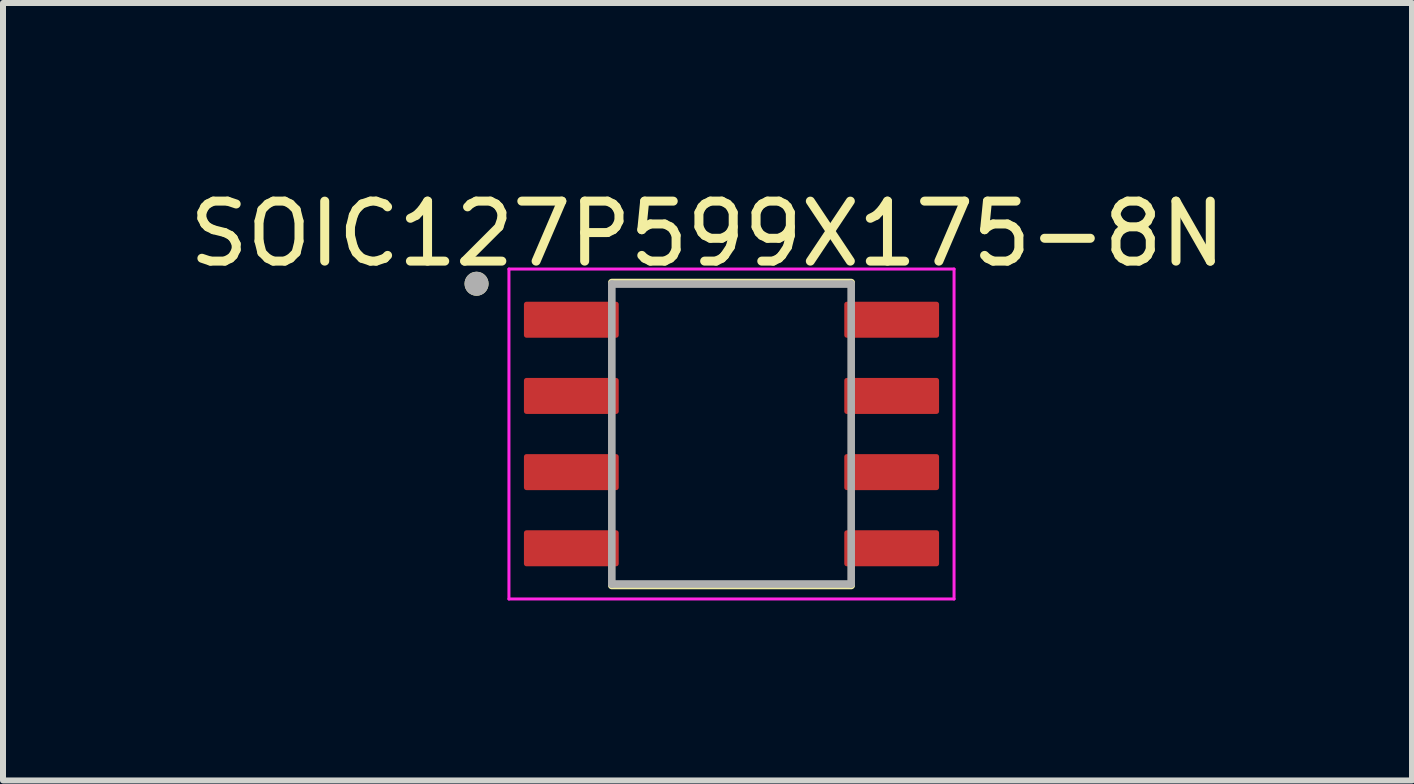
<source format=kicad_pcb>
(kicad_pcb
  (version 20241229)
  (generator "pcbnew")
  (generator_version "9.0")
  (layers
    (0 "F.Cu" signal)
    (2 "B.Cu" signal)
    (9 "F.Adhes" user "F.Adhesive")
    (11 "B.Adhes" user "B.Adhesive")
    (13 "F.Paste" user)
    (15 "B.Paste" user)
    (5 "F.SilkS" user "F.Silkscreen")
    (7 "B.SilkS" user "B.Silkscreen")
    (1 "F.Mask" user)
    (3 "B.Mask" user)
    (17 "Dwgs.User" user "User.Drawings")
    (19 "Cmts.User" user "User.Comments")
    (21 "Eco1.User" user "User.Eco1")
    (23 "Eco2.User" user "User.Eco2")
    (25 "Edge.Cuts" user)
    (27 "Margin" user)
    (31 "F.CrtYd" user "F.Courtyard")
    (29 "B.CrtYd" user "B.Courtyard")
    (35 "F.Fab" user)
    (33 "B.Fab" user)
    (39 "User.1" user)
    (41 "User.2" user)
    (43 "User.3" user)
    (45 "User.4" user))
  (footprint "SOIC127P599X175-8N"
    (layer "F.Cu")
    (at 9.144 4.185)
    (property "Reference" "SOIC127P599X175-8N" (at -0.4 -3.337 0) (layer "F.SilkS") (effects (font (size 1 1) (thickness 0.15))))
    (attr through_hole)
    (fp_line (start -1.995 -2.525) (end 1.995 -2.525) (stroke (width 0.127) (type solid)) (layer "F.SilkS"))
    (fp_line (start -1.995 2.525) (end 1.995 2.525) (stroke (width 0.127) (type solid)) (layer "F.SilkS"))
    (fp_circle (center -4.25 -2.505) (end -4.15 -2.505) (stroke (width 0.2) (type solid)) (fill no) (layer "F.SilkS"))
    (fp_line (start -3.71 -2.75) (end -3.71 2.75) (stroke (width 0.05) (type solid)) (layer "F.CrtYd"))
    (fp_line (start -3.71 -2.75) (end 3.71 -2.75) (stroke (width 0.05) (type solid)) (layer "F.CrtYd"))
    (fp_line (start -3.71 2.75) (end 3.71 2.75) (stroke (width 0.05) (type solid)) (layer "F.CrtYd"))
    (fp_line (start 3.71 -2.75) (end 3.71 2.75) (stroke (width 0.05) (type solid)) (layer "F.CrtYd"))
    (fp_line (start -1.995 -2.5) (end -1.995 2.5) (stroke (width 0.127) (type solid)) (layer "F.Fab"))
    (fp_line (start -1.995 -2.5) (end 1.995 -2.5) (stroke (width 0.127) (type solid)) (layer "F.Fab"))
    (fp_line (start -1.995 2.5) (end 1.995 2.5) (stroke (width 0.127) (type solid)) (layer "F.Fab"))
    (fp_line (start 1.995 -2.5) (end 1.995 2.5) (stroke (width 0.127) (type solid)) (layer "F.Fab"))
    (fp_circle (center -4.25 -2.505) (end -4.15 -2.505) (stroke (width 0.2) (type solid)) (fill no) (layer "F.Fab"))
    (pad "1" smd roundrect (at -2.67 -1.905) (size 1.58 0.6) (layers "F.Cu" "F.Mask" "F.Paste") (roundrect_rratio 0.07))
    (pad "2" smd roundrect (at -2.67 -0.635) (size 1.58 0.6) (layers "F.Cu" "F.Mask" "F.Paste") (roundrect_rratio 0.07))
    (pad "3" smd roundrect (at -2.67 0.635) (size 1.58 0.6) (layers "F.Cu" "F.Mask" "F.Paste") (roundrect_rratio 0.07))
    (pad "4" smd roundrect (at -2.67 1.905) (size 1.58 0.6) (layers "F.Cu" "F.Mask" "F.Paste") (roundrect_rratio 0.07))
    (pad "5" smd roundrect (at 2.67 1.905) (size 1.58 0.6) (layers "F.Cu" "F.Mask" "F.Paste") (roundrect_rratio 0.07))
    (pad "6" smd roundrect (at 2.67 0.635) (size 1.58 0.6) (layers "F.Cu" "F.Mask" "F.Paste") (roundrect_rratio 0.07))
    (pad "7" smd roundrect (at 2.67 -0.635) (size 1.58 0.6) (layers "F.Cu" "F.Mask" "F.Paste") (roundrect_rratio 0.07))
    (pad "8" smd roundrect (at 2.67 -1.905) (size 1.58 0.6) (layers "F.Cu" "F.Mask" "F.Paste") (roundrect_rratio 0.07)))
  (gr_rect
    (start -3 -3)
    (end 20.488 9.96)
    (stroke (width 0.1) (type default))
    (fill no)
    (layer "Edge.Cuts")))
</source>
